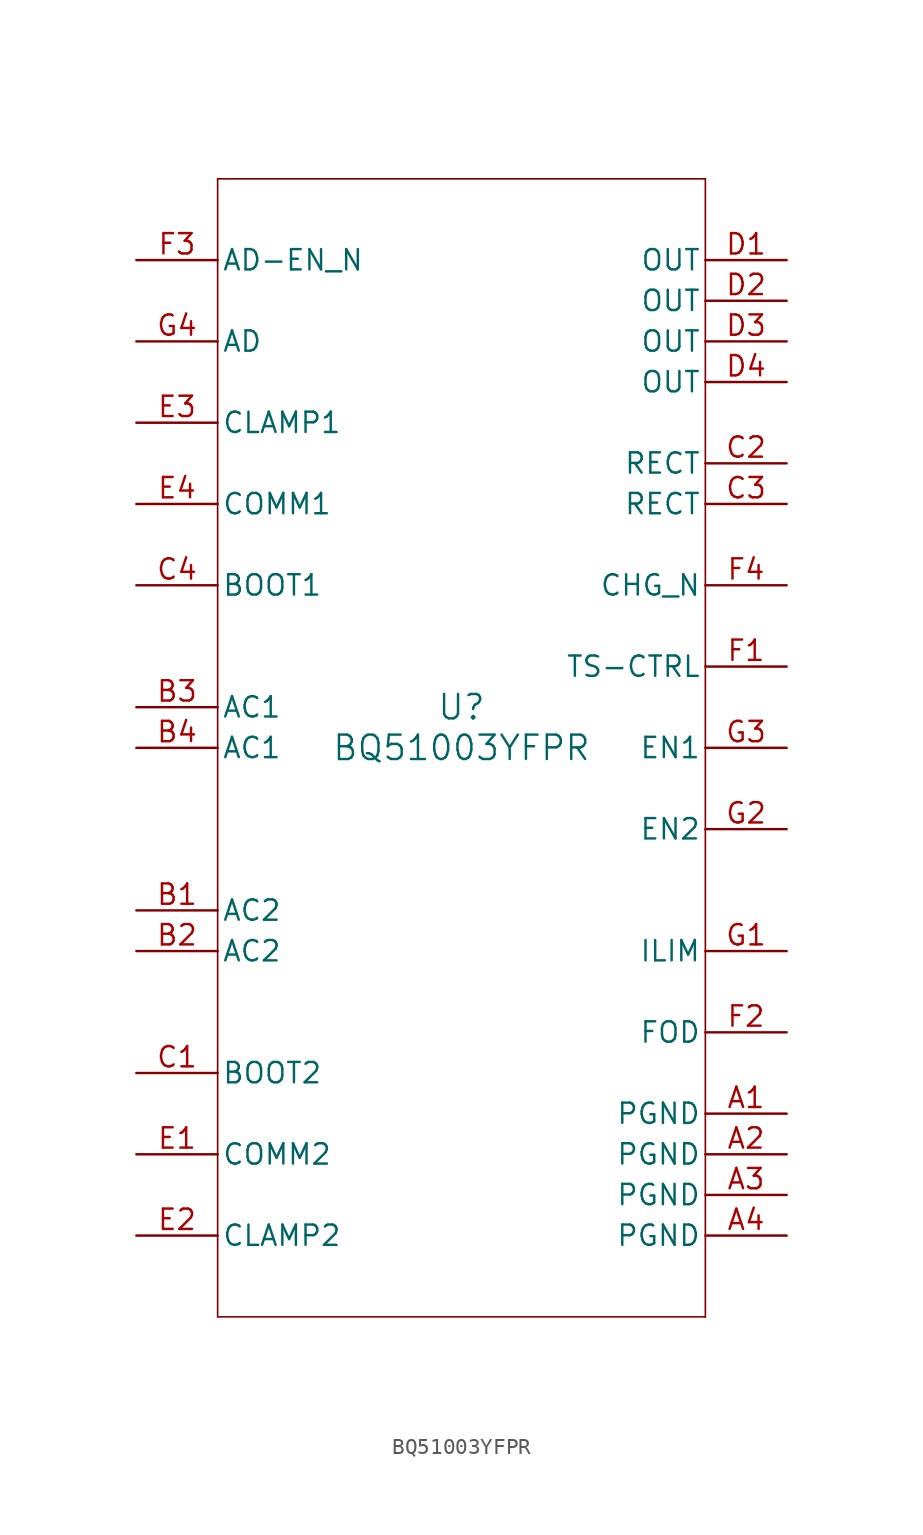
<source format=kicad_sym>
(kicad_symbol_lib
  (version 20211014)
  (generator kicad_symbol_editor)
  (symbol "BQ51003YFPR"
    (pin_names
      (offset 0.254))
    (property "Reference" "U"
      (at 0 2.54 0)
      (effects (font (size 1.524 1.524))))
    (property "Value" "BQ51003YFPR"
      (at 0 0 0)
      (effects (font (size 1.524 1.524))))
    (symbol "BQ51003YFPR_0_1"
      (polyline (pts (xy -15.24 -35.56) (xy 15.24 -35.56)) (stroke (width 0.102) (type default) (color 0 0 0 0)) (fill (type none)))
      (polyline (pts (xy 15.24 -35.56) (xy 15.24 35.56)) (stroke (width 0.102) (type default) (color 0 0 0 0)) (fill (type none)))
      (polyline (pts (xy 15.24 35.56) (xy -15.24 35.56)) (stroke (width 0.102) (type default) (color 0 0 0 0)) (fill (type none)))
      (polyline (pts (xy -15.24 35.56) (xy -15.24 -35.56)) (stroke (width 0.102) (type default) (color 0 0 0 0)) (fill (type none)))
      (pin power_in line (at 20.32 -22.86 180) (length 5.08) (name "PGND" (effects (font (size 1.27 1.27)))) (number "A1" (effects (font (size 1.27 1.27)))))
      (pin power_in line (at 20.32 -25.4 180) (length 5.08) (name "PGND" (effects (font (size 1.27 1.27)))) (number "A2" (effects (font (size 1.27 1.27)))))
      (pin power_in line (at 20.32 -27.94 180) (length 5.08) (name "PGND" (effects (font (size 1.27 1.27)))) (number "A3" (effects (font (size 1.27 1.27)))))
      (pin power_in line (at 20.32 -30.48 180) (length 5.08) (name "PGND" (effects (font (size 1.27 1.27)))) (number "A4" (effects (font (size 1.27 1.27)))))
      (pin power_in line (at -20.32 -10.16 0) (length 5.08) (name "AC2" (effects (font (size 1.27 1.27)))) (number "B1" (effects (font (size 1.27 1.27)))))
      (pin power_in line (at -20.32 -12.7 0) (length 5.08) (name "AC2" (effects (font (size 1.27 1.27)))) (number "B2" (effects (font (size 1.27 1.27)))))
      (pin power_in line (at -20.32 2.54 0) (length 5.08) (name "AC1" (effects (font (size 1.27 1.27)))) (number "B3" (effects (font (size 1.27 1.27)))))
      (pin power_in line (at -20.32 0 0) (length 5.08) (name "AC1" (effects (font (size 1.27 1.27)))) (number "B4" (effects (font (size 1.27 1.27)))))
      (pin power_in line (at -20.32 -20.32 0) (length 5.08) (name "BOOT2" (effects (font (size 1.27 1.27)))) (number "C1" (effects (font (size 1.27 1.27)))))
      (pin output line (at 20.32 17.78 180) (length 5.08) (name "RECT" (effects (font (size 1.27 1.27)))) (number "C2" (effects (font (size 1.27 1.27)))))
      (pin output line (at 20.32 15.24 180) (length 5.08) (name "RECT" (effects (font (size 1.27 1.27)))) (number "C3" (effects (font (size 1.27 1.27)))))
      (pin power_in line (at -20.32 10.16 0) (length 5.08) (name "BOOT1" (effects (font (size 1.27 1.27)))) (number "C4" (effects (font (size 1.27 1.27)))))
      (pin power_in line (at 20.32 30.48 180) (length 5.08) (name "OUT" (effects (font (size 1.27 1.27)))) (number "D1" (effects (font (size 1.27 1.27)))))
      (pin power_in line (at 20.32 27.94 180) (length 5.08) (name "OUT" (effects (font (size 1.27 1.27)))) (number "D2" (effects (font (size 1.27 1.27)))))
      (pin power_in line (at 20.32 25.4 180) (length 5.08) (name "OUT" (effects (font (size 1.27 1.27)))) (number "D3" (effects (font (size 1.27 1.27)))))
      (pin power_in line (at 20.32 22.86 180) (length 5.08) (name "OUT" (effects (font (size 1.27 1.27)))) (number "D4" (effects (font (size 1.27 1.27)))))
      (pin open_collector line (at -20.32 -25.4 0) (length 5.08) (name "COMM2" (effects (font (size 1.27 1.27)))) (number "E1" (effects (font (size 1.27 1.27)))))
      (pin open_collector line (at -20.32 -30.48 0) (length 5.08) (name "CLAMP2" (effects (font (size 1.27 1.27)))) (number "E2" (effects (font (size 1.27 1.27)))))
      (pin open_collector line (at -20.32 20.32 0) (length 5.08) (name "CLAMP1" (effects (font (size 1.27 1.27)))) (number "E3" (effects (font (size 1.27 1.27)))))
      (pin open_collector line (at -20.32 15.24 0) (length 5.08) (name "COMM1" (effects (font (size 1.27 1.27)))) (number "E4" (effects (font (size 1.27 1.27)))))
      (pin input line (at 20.32 5.08 180) (length 5.08) (name "TS-CTRL" (effects (font (size 1.27 1.27)))) (number "F1" (effects (font (size 1.27 1.27)))))
      (pin input line (at 20.32 -17.78 180) (length 5.08) (name "FOD" (effects (font (size 1.27 1.27)))) (number "F2" (effects (font (size 1.27 1.27)))))
      (pin input line (at -20.32 30.48 0) (length 5.08) (name "AD-EN_N" (effects (font (size 1.27 1.27)))) (number "F3" (effects (font (size 1.27 1.27)))))
      (pin open_collector line (at 20.32 10.16 180) (length 5.08) (name "CHG_N" (effects (font (size 1.27 1.27)))) (number "F4" (effects (font (size 1.27 1.27)))))
      (pin input line (at 20.32 -12.7 180) (length 5.08) (name "ILIM" (effects (font (size 1.27 1.27)))) (number "G1" (effects (font (size 1.27 1.27)))))
      (pin input line (at 20.32 -5.08 180) (length 5.08) (name "EN2" (effects (font (size 1.27 1.27)))) (number "G2" (effects (font (size 1.27 1.27)))))
      (pin input line (at 20.32 0 180) (length 5.08) (name "EN1" (effects (font (size 1.27 1.27)))) (number "G3" (effects (font (size 1.27 1.27)))))
      (pin input line (at -20.32 25.4 0) (length 5.08) (name "AD" (effects (font (size 1.27 1.27)))) (number "G4" (effects (font (size 1.27 1.27))))))))
</source>
